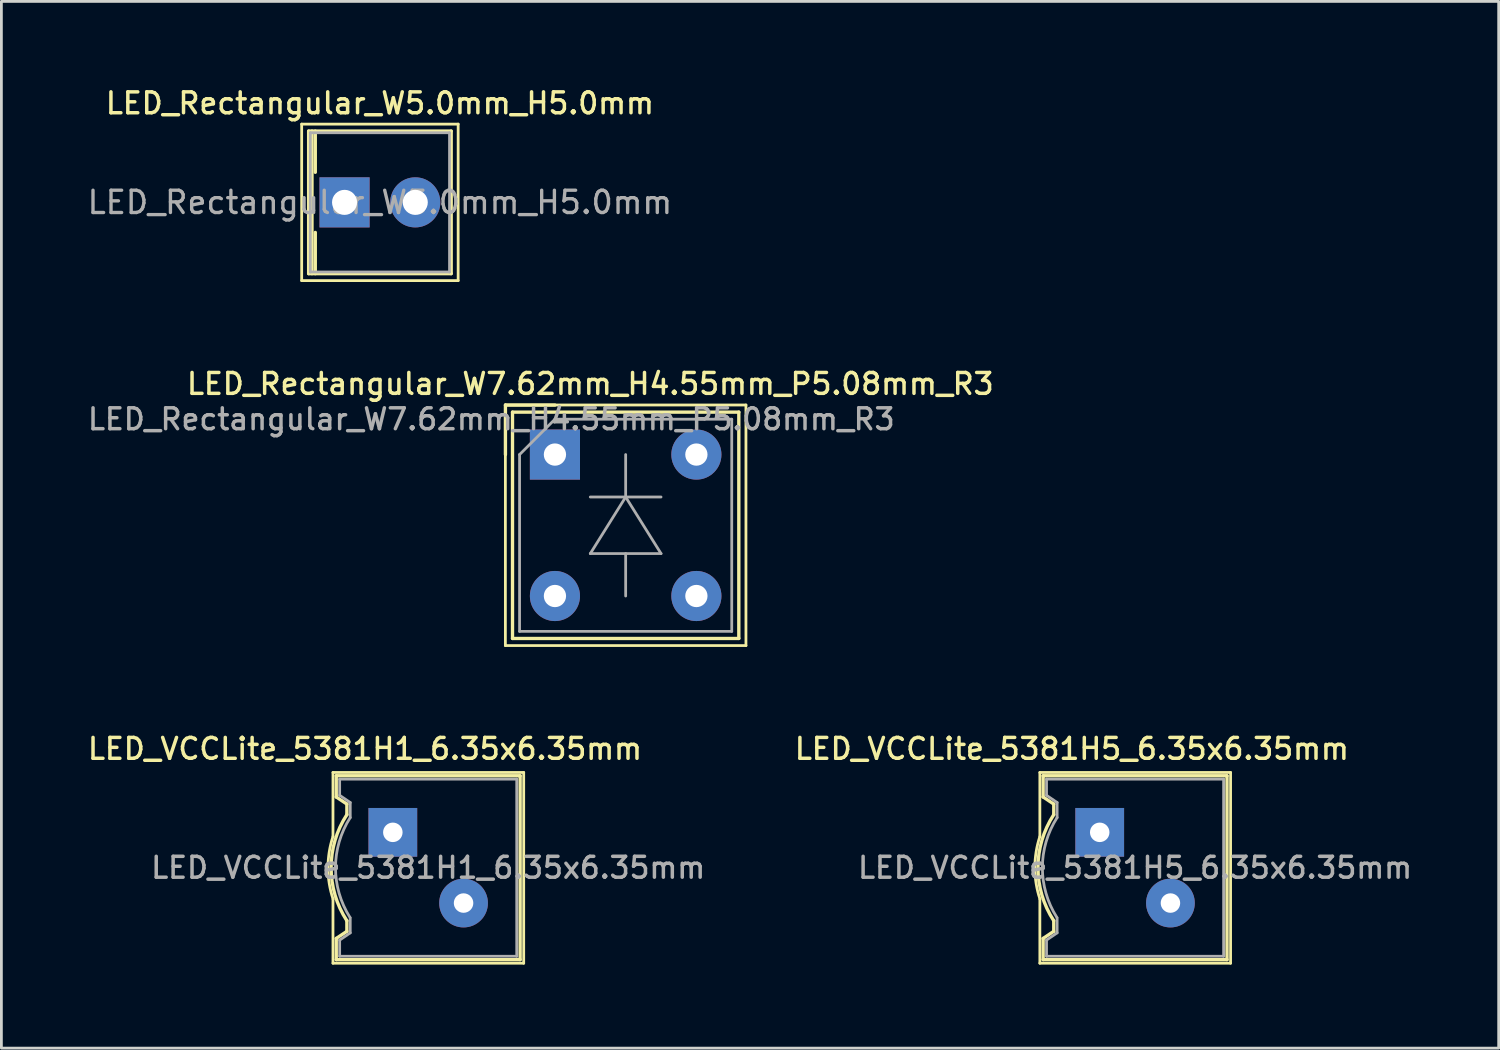
<source format=kicad_pcb>
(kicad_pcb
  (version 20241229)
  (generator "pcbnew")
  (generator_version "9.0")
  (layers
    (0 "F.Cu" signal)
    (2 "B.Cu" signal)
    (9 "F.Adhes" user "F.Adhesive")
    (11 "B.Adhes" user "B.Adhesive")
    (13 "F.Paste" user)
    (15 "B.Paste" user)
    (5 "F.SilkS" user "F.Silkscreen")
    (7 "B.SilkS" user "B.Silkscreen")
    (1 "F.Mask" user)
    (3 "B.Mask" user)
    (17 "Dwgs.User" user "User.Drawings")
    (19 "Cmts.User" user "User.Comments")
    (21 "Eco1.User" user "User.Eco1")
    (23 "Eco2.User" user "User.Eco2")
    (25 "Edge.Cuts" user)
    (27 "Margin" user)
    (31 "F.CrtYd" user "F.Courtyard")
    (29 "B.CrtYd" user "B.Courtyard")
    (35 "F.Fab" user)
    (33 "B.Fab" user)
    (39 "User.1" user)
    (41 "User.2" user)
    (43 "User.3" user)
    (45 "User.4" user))
  (footprint "LED_VCCLite_5381H1_6.35x6.35mm"
    (layer "F.Cu")
    (at 11.059 26.844)
    (property "Reference" "LED_VCCLite_5381H1_6.35x6.35mm" (at -1 -3 0) (layer "F.SilkS") (effects (font (size 0.75 0.75) (thickness 0.125))))
    (attr through_hole)
    (fp_line (start -2.15 -2.15) (end -2.15 0.15) (stroke (width 0.1) (type solid)) (layer "F.SilkS"))
    (fp_line (start -2.15 -2.15) (end 4.7 -2.15) (stroke (width 0.1) (type solid)) (layer "F.SilkS"))
    (fp_line (start -2.15 4.7) (end -2.15 2.4) (stroke (width 0.1) (type solid)) (layer "F.SilkS"))
    (fp_line (start -2.032 -2.032) (end -2.032 -1.27) (stroke (width 0.12) (type solid)) (layer "F.SilkS"))
    (fp_line (start -2.032 -1.27) (end -1.651 -1.016) (stroke (width 0.12) (type solid)) (layer "F.SilkS"))
    (fp_line (start -2.032 4.572) (end -2.032 3.81) (stroke (width 0.12) (type solid)) (layer "F.SilkS"))
    (fp_line (start -1.651 -1.016) (end -1.651 -0.635) (stroke (width 0.12) (type solid)) (layer "F.SilkS"))
    (fp_line (start -1.651 3.556) (end -2.032 3.81) (stroke (width 0.12) (type solid)) (layer "F.SilkS"))
    (fp_line (start -1.651 3.556) (end -1.651 3.175) (stroke (width 0.12) (type solid)) (layer "F.SilkS"))
    (fp_line (start 4.572 -2.032) (end -2.032 -2.032) (stroke (width 0.12) (type solid)) (layer "F.SilkS"))
    (fp_line (start 4.572 4.572) (end -2.032 4.572) (stroke (width 0.12) (type solid)) (layer "F.SilkS"))
    (fp_line (start 4.572 4.572) (end 4.572 -2.032) (stroke (width 0.12) (type solid)) (layer "F.SilkS"))
    (fp_line (start 4.7 -2.15) (end 4.7 4.7) (stroke (width 0.1) (type solid)) (layer "F.SilkS"))
    (fp_line (start 4.7 4.7) (end -2.15 4.7) (stroke (width 0.1) (type solid)) (layer "F.SilkS"))
    (fp_arc (start -2.147033 2.39902) (mid -2.328719 1.274748) (end -2.15 0.15) (stroke (width 0.1) (type solid)) (layer "F.SilkS"))
    (fp_arc (start -1.651753 3.173843) (mid -2.2173 1.26931) (end -1.650999 -0.634999) (stroke (width 0.12) (type solid)) (layer "F.SilkS"))
    (fp_line (start -1.91 -1.91) (end -1.91 -1.33) (stroke (width 0.1) (type solid)) (layer "F.Fab"))
    (fp_line (start -1.91 -1.91) (end 4.45 -1.91) (stroke (width 0.1) (type solid)) (layer "F.Fab"))
    (fp_line (start -1.91 -1.33) (end -1.53 -1.07) (stroke (width 0.1) (type solid)) (layer "F.Fab"))
    (fp_line (start -1.91 3.87) (end -1.53 3.61) (stroke (width 0.1) (type solid)) (layer "F.Fab"))
    (fp_line (start -1.91 4.45) (end -1.91 3.87) (stroke (width 0.1) (type solid)) (layer "F.Fab"))
    (fp_line (start -1.53 -1.07) (end -1.53 -0.53) (stroke (width 0.1) (type solid)) (layer "F.Fab"))
    (fp_line (start -1.53 3.61) (end -1.53 3.07) (stroke (width 0.1) (type solid)) (layer "F.Fab"))
    (fp_line (start 4.45 -1.91) (end 4.45 4.45) (stroke (width 0.1) (type solid)) (layer "F.Fab"))
    (fp_line (start 4.45 4.45) (end -1.91 4.45) (stroke (width 0.1) (type solid)) (layer "F.Fab"))
    (fp_arc (start -1.538265 3.057078) (mid -2.058655 1.26233) (end -1.53 -0.53) (stroke (width 0.1) (type solid)) (layer "F.Fab"))
    (fp_text user "${REFERENCE}" (at 1.27 1.27 0) (layer "F.Fab") (effects (font (size 0.75 0.75) (thickness 0.125))))
    (pad "1" thru_hole rect (at 0 0 270) (size 1.75 1.75) (drill 0.7) (layers "*.Cu" "*.Mask"))
    (pad "2" thru_hole circle (at 2.54 2.54 270) (size 1.75 1.75) (drill 0.7) (layers "*.Cu" "*.Mask")))
  (footprint "LED_Rectangular_W7.62mm_H4.55mm_P5.08mm_R3"
    (layer "F.Cu")
    (at 16.881 13.276)
    (property "Reference" "LED_Rectangular_W7.62mm_H4.55mm_P5.08mm_R3" (at 1.27 -2.54 0) (layer "F.SilkS") (effects (font (size 0.75 0.75) (thickness 0.125))))
    (attr through_hole)
    (fp_line (start -1.78 -1.78) (end 6.86 -1.78) (stroke (width 0.1) (type solid)) (layer "F.SilkS"))
    (fp_line (start -1.78 6.86) (end -1.78 -1.78) (stroke (width 0.1) (type solid)) (layer "F.SilkS"))
    (fp_line (start -1.778 -1.778) (end -1.778 0) (stroke (width 0.12) (type solid)) (layer "F.SilkS"))
    (fp_line (start -1.524 -1.524) (end -1.524 6.604) (stroke (width 0.12) (type solid)) (layer "F.SilkS"))
    (fp_line (start -1.524 6.604) (end 6.604 6.604) (stroke (width 0.12) (type solid)) (layer "F.SilkS"))
    (fp_line (start 0 -1.778) (end -1.778 -1.778) (stroke (width 0.12) (type solid)) (layer "F.SilkS"))
    (fp_line (start 6.604 -1.524) (end -1.524 -1.524) (stroke (width 0.12) (type solid)) (layer "F.SilkS"))
    (fp_line (start 6.604 6.604) (end 6.604 -1.524) (stroke (width 0.12) (type solid)) (layer "F.SilkS"))
    (fp_line (start 6.86 -1.78) (end 6.86 6.86) (stroke (width 0.1) (type solid)) (layer "F.SilkS"))
    (fp_line (start 6.86 6.86) (end -1.78 6.86) (stroke (width 0.1) (type solid)) (layer "F.SilkS"))
    (fp_line (start -1.27 0) (end -1.27 6.35) (stroke (width 0.1) (type solid)) (layer "F.Fab"))
    (fp_line (start -1.27 6.35) (end 6.35 6.35) (stroke (width 0.1) (type solid)) (layer "F.Fab"))
    (fp_line (start 0 -1.27) (end -1.27 0) (stroke (width 0.1) (type solid)) (layer "F.Fab"))
    (fp_line (start 1.27 1.524) (end 3.81 1.524) (stroke (width 0.1) (type solid)) (layer "F.Fab"))
    (fp_line (start 1.27 3.556) (end 2.54 1.524) (stroke (width 0.1) (type solid)) (layer "F.Fab"))
    (fp_line (start 2.54 0) (end 2.54 1.524) (stroke (width 0.1) (type solid)) (layer "F.Fab"))
    (fp_line (start 2.54 1.524) (end 3.81 3.556) (stroke (width 0.1) (type solid)) (layer "F.Fab"))
    (fp_line (start 2.54 3.556) (end 2.54 5.08) (stroke (width 0.1) (type solid)) (layer "F.Fab"))
    (fp_line (start 3.81 3.556) (end 1.27 3.556) (stroke (width 0.1) (type solid)) (layer "F.Fab"))
    (fp_line (start 6.35 -1.27) (end 0 -1.27) (stroke (width 0.1) (type solid)) (layer "F.Fab"))
    (fp_line (start 6.35 6.35) (end 6.35 -1.27) (stroke (width 0.1) (type solid)) (layer "F.Fab"))
    (fp_text user "${REFERENCE}" (at -2.286 -1.27 0) (layer "F.Fab") (effects (font (size 0.75 0.75) (thickness 0.125))))
    (pad "1" thru_hole rect (at 0 0) (size 1.8 1.8) (drill 0.8) (layers "*.Cu" "*.Mask"))
    (pad "1" thru_hole circle (at 5.08 0) (size 1.8 1.8) (drill 0.8) (layers "*.Cu" "*.Mask"))
    (pad "2" thru_hole circle (at 0 5.08) (size 1.8 1.8) (drill 0.8) (layers "*.Cu" "*.Mask"))
    (pad "2" thru_hole circle (at 5.08 5.08) (size 1.8 1.8) (drill 0.8) (layers "*.Cu" "*.Mask")))
  (footprint "LED_VCCLite_5381H5_6.35x6.35mm"
    (layer "F.Cu")
    (at 36.447 26.844)
    (property "Reference" "LED_VCCLite_5381H5_6.35x6.35mm" (at -1 -3 0) (layer "F.SilkS") (effects (font (size 0.75 0.75) (thickness 0.125))))
    (attr through_hole)
    (fp_line (start -2.15 -2.15) (end -2.15 0.15) (stroke (width 0.1) (type solid)) (layer "F.SilkS"))
    (fp_line (start -2.15 -2.15) (end 4.7 -2.15) (stroke (width 0.1) (type solid)) (layer "F.SilkS"))
    (fp_line (start -2.15 4.7) (end -2.15 2.4) (stroke (width 0.1) (type solid)) (layer "F.SilkS"))
    (fp_line (start -2.032 -2.032) (end -2.032 -1.27) (stroke (width 0.12) (type solid)) (layer "F.SilkS"))
    (fp_line (start -2.032 -1.27) (end -1.651 -1.016) (stroke (width 0.12) (type solid)) (layer "F.SilkS"))
    (fp_line (start -2.032 4.572) (end -2.032 3.81) (stroke (width 0.12) (type solid)) (layer "F.SilkS"))
    (fp_line (start -1.651 -1.016) (end -1.651 -0.635) (stroke (width 0.12) (type solid)) (layer "F.SilkS"))
    (fp_line (start -1.651 3.556) (end -2.032 3.81) (stroke (width 0.12) (type solid)) (layer "F.SilkS"))
    (fp_line (start -1.651 3.556) (end -1.651 3.175) (stroke (width 0.12) (type solid)) (layer "F.SilkS"))
    (fp_line (start 4.572 -2.032) (end -2.032 -2.032) (stroke (width 0.12) (type solid)) (layer "F.SilkS"))
    (fp_line (start 4.572 4.572) (end -2.032 4.572) (stroke (width 0.12) (type solid)) (layer "F.SilkS"))
    (fp_line (start 4.572 4.572) (end 4.572 -2.032) (stroke (width 0.12) (type solid)) (layer "F.SilkS"))
    (fp_line (start 4.7 -2.15) (end 4.7 4.7) (stroke (width 0.1) (type solid)) (layer "F.SilkS"))
    (fp_line (start 4.7 4.7) (end -2.15 4.7) (stroke (width 0.1) (type solid)) (layer "F.SilkS"))
    (fp_arc (start -2.147033 2.39902) (mid -2.328719 1.274748) (end -2.15 0.15) (stroke (width 0.1) (type solid)) (layer "F.SilkS"))
    (fp_arc (start -1.651753 3.173843) (mid -2.2173 1.26931) (end -1.650999 -0.634999) (stroke (width 0.12) (type solid)) (layer "F.SilkS"))
    (fp_line (start -1.91 -1.91) (end -1.91 -1.33) (stroke (width 0.1) (type solid)) (layer "F.Fab"))
    (fp_line (start -1.91 -1.91) (end 4.45 -1.91) (stroke (width 0.1) (type solid)) (layer "F.Fab"))
    (fp_line (start -1.91 -1.33) (end -1.53 -1.07) (stroke (width 0.1) (type solid)) (layer "F.Fab"))
    (fp_line (start -1.91 3.87) (end -1.53 3.61) (stroke (width 0.1) (type solid)) (layer "F.Fab"))
    (fp_line (start -1.91 4.45) (end -1.91 3.87) (stroke (width 0.1) (type solid)) (layer "F.Fab"))
    (fp_line (start -1.53 -1.07) (end -1.53 -0.53) (stroke (width 0.1) (type solid)) (layer "F.Fab"))
    (fp_line (start -1.53 3.61) (end -1.53 3.07) (stroke (width 0.1) (type solid)) (layer "F.Fab"))
    (fp_line (start 4.45 -1.91) (end 4.45 4.45) (stroke (width 0.1) (type solid)) (layer "F.Fab"))
    (fp_line (start 4.45 4.45) (end -1.91 4.45) (stroke (width 0.1) (type solid)) (layer "F.Fab"))
    (fp_arc (start -1.538265 3.057078) (mid -2.058655 1.26233) (end -1.53 -0.53) (stroke (width 0.1) (type solid)) (layer "F.Fab"))
    (fp_text user "${REFERENCE}" (at 1.27 1.27 0) (layer "F.Fab") (effects (font (size 0.75 0.75) (thickness 0.125))))
    (pad "1" thru_hole rect (at 0 0 270) (size 1.75 1.75) (drill 0.7) (layers "*.Cu" "*.Mask"))
    (pad "2" thru_hole circle (at 2.54 2.54 270) (size 1.75 1.75) (drill 0.7) (layers "*.Cu" "*.Mask")))
  (footprint "LED_Rectangular_W5.0mm_H5.0mm"
    (layer "F.Cu")
    (at 9.325 4.218)
    (property "Reference" "LED_Rectangular_W5.0mm_H5.0mm" (at 1.27 -3.56 0) (layer "F.SilkS") (effects (font (size 0.75 0.75) (thickness 0.125))))
    (attr through_hole)
    (fp_line (start -1.54 -2.81) (end -1.54 2.81) (stroke (width 0.1) (type solid)) (layer "F.SilkS"))
    (fp_line (start -1.54 2.81) (end 4.08 2.81) (stroke (width 0.1) (type solid)) (layer "F.SilkS"))
    (fp_line (start -1.29 -2.56) (end -1.29 2.56) (stroke (width 0.12) (type solid)) (layer "F.SilkS"))
    (fp_line (start -1.29 -2.56) (end 3.83 -2.56) (stroke (width 0.12) (type solid)) (layer "F.SilkS"))
    (fp_line (start -1.29 2.56) (end 3.83 2.56) (stroke (width 0.12) (type solid)) (layer "F.SilkS"))
    (fp_line (start -1.17 -2.56) (end -1.17 2.56) (stroke (width 0.12) (type solid)) (layer "F.SilkS"))
    (fp_line (start -1.051 -2.56) (end -1.051 -1.08) (stroke (width 0.12) (type solid)) (layer "F.SilkS"))
    (fp_line (start -1.051 1.08) (end -1.051 2.56) (stroke (width 0.12) (type solid)) (layer "F.SilkS"))
    (fp_line (start 3.83 -2.56) (end 3.83 2.56) (stroke (width 0.12) (type solid)) (layer "F.SilkS"))
    (fp_line (start 4.08 -2.81) (end -1.54 -2.81) (stroke (width 0.1) (type solid)) (layer "F.SilkS"))
    (fp_line (start 4.08 2.81) (end 4.08 -2.81) (stroke (width 0.1) (type solid)) (layer "F.SilkS"))
    (fp_line (start -1.23 -2.5) (end -1.23 2.5) (stroke (width 0.1) (type solid)) (layer "F.Fab"))
    (fp_line (start -1.23 2.5) (end 3.77 2.5) (stroke (width 0.1) (type solid)) (layer "F.Fab"))
    (fp_line (start 3.77 -2.5) (end -1.23 -2.5) (stroke (width 0.1) (type solid)) (layer "F.Fab"))
    (fp_line (start 3.77 2.5) (end 3.77 -2.5) (stroke (width 0.1) (type solid)) (layer "F.Fab"))
    (fp_text user "${REFERENCE}" (at 1.27 0 0) (layer "F.Fab") (effects (font (size 0.8 0.8) (thickness 0.12))))
    (pad "1" thru_hole rect (at 0 0) (size 1.8 1.8) (drill 0.9) (layers "*.Cu" "*.Mask"))
    (pad "2" thru_hole circle (at 2.54 0) (size 1.8 1.8) (drill 0.9) (layers "*.Cu" "*.Mask")))
  (gr_rect
    (start -3 -3)
    (end 50.776 34.594)
    (stroke (width 0.1) (type default))
    (fill no)
    (layer "Edge.Cuts")))
</source>
